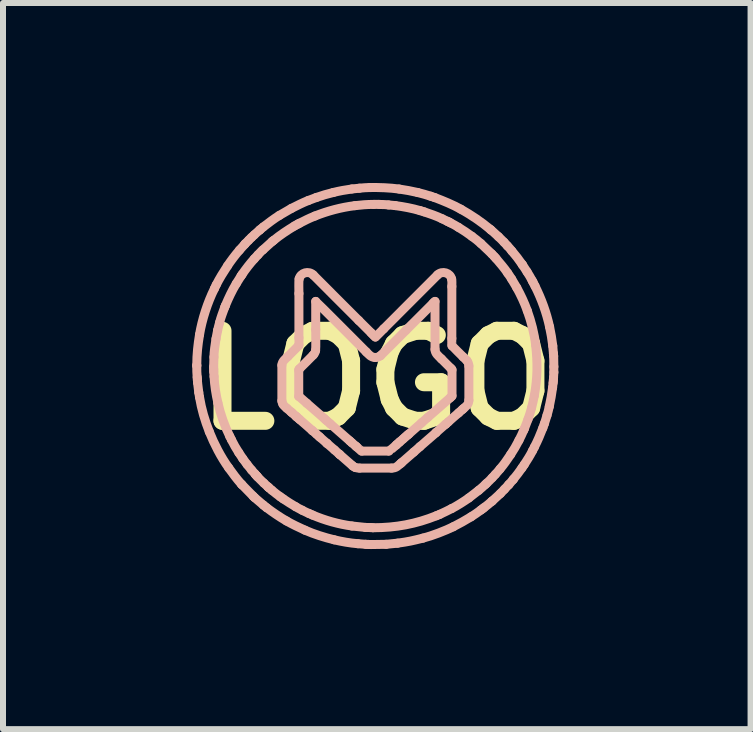
<source format=kicad_pcb>
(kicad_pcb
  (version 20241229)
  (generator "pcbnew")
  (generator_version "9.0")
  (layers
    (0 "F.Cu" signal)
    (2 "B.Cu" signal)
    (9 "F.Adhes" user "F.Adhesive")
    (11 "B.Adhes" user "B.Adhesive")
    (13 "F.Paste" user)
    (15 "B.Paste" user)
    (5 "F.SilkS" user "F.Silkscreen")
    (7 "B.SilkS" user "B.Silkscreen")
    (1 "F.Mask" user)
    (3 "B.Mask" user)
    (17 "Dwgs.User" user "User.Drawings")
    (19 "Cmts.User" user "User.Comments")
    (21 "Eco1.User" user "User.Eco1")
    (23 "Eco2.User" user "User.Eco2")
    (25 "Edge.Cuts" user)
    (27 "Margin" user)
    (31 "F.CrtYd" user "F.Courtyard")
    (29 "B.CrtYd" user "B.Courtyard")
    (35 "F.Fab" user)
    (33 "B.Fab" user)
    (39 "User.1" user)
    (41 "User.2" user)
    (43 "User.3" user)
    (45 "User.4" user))
  (footprint "LOGO"
    (layer "F.Cu")
    (at 3.229 3.284)
    (property "Reference" "LOGO" (at 0 0 0) (layer "F.SilkS") (effects (font (size 1.5 1.5) (thickness 0.3))))
    (attr board_only exclude_from_pos_files exclude_from_bom)
    (fp_line (start -3 -0.237) (end -3 -0.25) (stroke (width 0.15) (type default)) (layer "B.SilkS"))
    (fp_line (start -2.99 -0.003) (end -2.993 -0.046) (stroke (width 0.15) (type default)) (layer "B.SilkS"))
    (fp_line (start -2.967 0.205) (end -2.987 0.04) (stroke (width 0.15) (type default)) (layer "B.SilkS"))
    (fp_line (start -2.68 -0.686) (end -2.653 -0.827) (stroke (width 0.15) (type default)) (layer "B.SilkS"))
    (fp_line (start -2.342 -1.608) (end -2.262 -1.736) (stroke (width 0.15) (type default)) (layer "B.SilkS"))
    (fp_line (start -2.289 -2.165) (end -2.203 -2.261) (stroke (width 0.15) (type default)) (layer "B.SilkS"))
    (fp_line (start -2.162 1.405) (end -2.233 1.309) (stroke (width 0.15) (type default)) (layer "B.SilkS"))
    (fp_line (start -2.089 -2.377) (end -2.042 -2.421) (stroke (width 0.15) (type default)) (layer "B.SilkS"))
    (fp_line (start -2.062 1.932) (end -2.245 1.745) (stroke (width 0.15) (type default)) (layer "B.SilkS"))
    (fp_line (start -2.042 -2.021) (end -1.981 -2.087) (stroke (width 0.15) (type default)) (layer "B.SilkS"))
    (fp_line (start -2.027 1.566) (end -2.087 1.498) (stroke (width 0.15) (type default)) (layer "B.SilkS"))
    (fp_line (start -1.997 1.599) (end -2.018 1.578) (stroke (width 0.15) (type default)) (layer "B.SilkS"))
    (fp_line (start -1.897 -2.171) (end -1.743 -2.31) (stroke (width 0.15) (type default)) (layer "B.SilkS"))
    (fp_line (start -1.889 2.083) (end -2.038 1.956) (stroke (width 0.15) (type default)) (layer "B.SilkS"))
    (fp_line (start -1.817 1.776) (end -1.883 1.715) (stroke (width 0.15) (type default)) (layer "B.SilkS"))
    (fp_line (start -1.75 1.834) (end -1.796 1.795) (stroke (width 0.15) (type default)) (layer "B.SilkS"))
    (fp_line (start -1.626 -2.743) (end -1.423 -2.861) (stroke (width 0.15) (type default)) (layer "B.SilkS"))
    (fp_line (start -1.582 -0.248) (end -1.582 0.345) (stroke (width 0.15) (type default)) (layer "B.SilkS"))
    (fp_line (start -1.559 1.979) (end -1.609 1.944) (stroke (width 0.15) (type default)) (layer "B.SilkS"))
    (fp_line (start -1.501 0.468) (end -1.43 0.529) (stroke (width 0.15) (type default)) (layer "B.SilkS"))
    (fp_line (start -1.371 -2.569) (end -1.317 -2.599) (stroke (width 0.15) (type default)) (layer "B.SilkS"))
    (fp_line (start -1.329 0.618) (end -1.288 0.654) (stroke (width 0.15) (type default)) (layer "B.SilkS"))
    (fp_line (start -1.311 -0.565) (end -1.481 -0.395) (stroke (width 0.15) (type default)) (layer "B.SilkS"))
    (fp_line (start -1.301 0.271) (end -1.301 -0.164) (stroke (width 0.15) (type default)) (layer "B.SilkS"))
    (fp_line (start -1.298 -1.443) (end -1.298 -0.706) (stroke (width 0.15) (type default)) (layer "B.SilkS"))
    (fp_line (start -1.142 -2.993) (end -1.008 -3.043) (stroke (width 0.15) (type default)) (layer "B.SilkS"))
    (fp_line (start -1.006 0.9) (end -0.965 0.936) (stroke (width 0.15) (type default)) (layer "B.SilkS"))
    (fp_line (start -0.946 0.953) (end -0.836 1.049) (stroke (width 0.15) (type default)) (layer "B.SilkS"))
    (fp_line (start -0.873 0.642) (end -1.168 0.385) (stroke (width 0.15) (type default)) (layer "B.SilkS"))
    (fp_line (start -0.705 1.163) (end -0.625 1.234) (stroke (width 0.15) (type default)) (layer "B.SilkS"))
    (fp_line (start -0.615 1.243) (end -0.402 1.429) (stroke (width 0.15) (type default)) (layer "B.SilkS"))
    (fp_line (start -0.45 1.013) (end -0.776 0.728) (stroke (width 0.15) (type default)) (layer "B.SilkS"))
    (fp_line (start -0.351 1.099) (end -0.417 1.043) (stroke (width 0.15) (type default)) (layer "B.SilkS"))
    (fp_line (start -0.288 1.466) (end 0.245 1.466) (stroke (width 0.15) (type default)) (layer "B.SilkS"))
    (fp_line (start -0.187 2.455) (end -0.415 2.431) (stroke (width 0.15) (type default)) (layer "B.SilkS"))
    (fp_line (start -0.185 2.736) (end -0.315 2.726) (stroke (width 0.15) (type default)) (layer "B.SilkS"))
    (fp_line (start -0.093 -0.786) (end -0.301 -0.993) (stroke (width 0.15) (type default)) (layer "B.SilkS"))
    (fp_line (start -0.092 2.74) (end -0.101 2.74) (stroke (width 0.15) (type default)) (layer "B.SilkS"))
    (fp_line (start -0.05 -2.928) (end 0.038 -2.928) (stroke (width 0.15) (type default)) (layer "B.SilkS"))
    (fp_line (start 0.156 2.736) (end -0.092 2.74) (stroke (width 0.15) (type default)) (layer "B.SilkS"))
    (fp_line (start 0.204 1.183) (end -0.252 1.183) (stroke (width 0.15) (type default)) (layer "B.SilkS"))
    (fp_line (start 0.347 2.717) (end 0.156 2.736) (stroke (width 0.15) (type default)) (layer "B.SilkS"))
    (fp_line (start 0.416 1.373) (end 0.617 1.198) (stroke (width 0.15) (type default)) (layer "B.SilkS"))
    (fp_line (start 0.436 0.983) (end 0.387 1.025) (stroke (width 0.15) (type default)) (layer "B.SilkS"))
    (fp_line (start 0.485 -0.83) (end 0.937 -1.281) (stroke (width 0.15) (type default)) (layer "B.SilkS"))
    (fp_line (start 0.501 0.925) (end 0.468 0.954) (stroke (width 0.15) (type default)) (layer "B.SilkS"))
    (fp_line (start 0.718 1.109) (end 0.981 0.88) (stroke (width 0.15) (type default)) (layer "B.SilkS"))
    (fp_line (start 0.747 0.711) (end 0.535 0.897) (stroke (width 0.15) (type default)) (layer "B.SilkS"))
    (fp_line (start 0.97 -1.311) (end 0.97 -0.512) (stroke (width 0.15) (type default)) (layer "B.SilkS"))
    (fp_line (start 0.991 0.87) (end 1.142 0.738) (stroke (width 0.15) (type default)) (layer "B.SilkS"))
    (fp_line (start 1.012 -1.753) (end 0.115 -0.855) (stroke (width 0.15) (type default)) (layer "B.SilkS"))
    (fp_line (start 1.051 2.236) (end 0.993 2.26) (stroke (width 0.15) (type default)) (layer "B.SilkS"))
    (fp_line (start 1.077 -0.353) (end 1.232 -0.198) (stroke (width 0.15) (type default)) (layer "B.SilkS"))
    (fp_line (start 1.09 -2.688) (end 1.172 -2.648) (stroke (width 0.15) (type default)) (layer "B.SilkS"))
    (fp_line (start 1.153 0.73) (end 1.192 0.695) (stroke (width 0.15) (type default)) (layer "B.SilkS"))
    (fp_line (start 1.223 0.294) (end 0.847 0.623) (stroke (width 0.15) (type default)) (layer "B.SilkS"))
    (fp_line (start 1.25 -0.694) (end 1.25 -1.56) (stroke (width 0.15) (type default)) (layer "B.SilkS"))
    (fp_line (start 1.253 -0.173) (end 1.253 0.264) (stroke (width 0.15) (type default)) (layer "B.SilkS"))
    (fp_line (start 1.364 0.545) (end 1.424 0.492) (stroke (width 0.15) (type default)) (layer "B.SilkS"))
    (fp_line (start 1.534 0.336) (end 1.534 -0.236) (stroke (width 0.15) (type default)) (layer "B.SilkS"))
    (fp_line (start 1.696 1.838) (end 1.533 1.964) (stroke (width 0.15) (type default)) (layer "B.SilkS"))
    (fp_line (start 1.735 -2.275) (end 1.917 -2.102) (stroke (width 0.15) (type default)) (layer "B.SilkS"))
    (fp_line (start 1.958 -2.059) (end 1.986 -2.028) (stroke (width 0.15) (type default)) (layer "B.SilkS"))
    (fp_line (start 1.975 1.571) (end 1.924 1.626) (stroke (width 0.15) (type default)) (layer "B.SilkS"))
    (fp_line (start 2.12 -2.298) (end 2.175 -2.238) (stroke (width 0.15) (type default)) (layer "B.SilkS"))
    (fp_line (start 2.127 1.819) (end 2.059 1.89) (stroke (width 0.15) (type default)) (layer "B.SilkS"))
    (fp_line (start 2.247 -1.684) (end 2.332 -1.54) (stroke (width 0.15) (type default)) (layer "B.SilkS"))
    (fp_line (start 2.269 1.661) (end 2.204 1.736) (stroke (width 0.15) (type default)) (layer "B.SilkS"))
    (fp_line (start 2.43 -1.917) (end 2.503 -1.805) (stroke (width 0.15) (type default)) (layer "B.SilkS"))
    (fp_line (start 2.456 1.409) (end 2.419 1.463) (stroke (width 0.15) (type default)) (layer "B.SilkS"))
    (fp_line (start 2.519 0.654) (end 2.461 0.805) (stroke (width 0.15) (type default)) (layer "B.SilkS"))
    (fp_line (start 2.626 1.116) (end 2.594 1.178) (stroke (width 0.15) (type default)) (layer "B.SilkS"))
    (fp_line (start 2.945 -0.044) (end 2.942 0.001) (stroke (width 0.15) (type default)) (layer "B.SilkS"))
    (fp_line (start 2.947 -0.401) (end 2.95 -0.223) (stroke (width 0.15) (type default)) (layer "B.SilkS"))
    (fp_curve (pts (xy -3 -0.25) (xy -3 -0.431) (xy -2.982 -0.587) (xy -2.954 -0.758)) (stroke (width 0.15) (type default)) (layer "B.SilkS"))
    (fp_curve (pts (xy -2.993 -0.046) (xy -3 -0.103) (xy -3 -0.174) (xy -3 -0.237)) (stroke (width 0.15) (type default)) (layer "B.SilkS"))
    (fp_curve (pts (xy -2.987 0.04) (xy -2.989 0.025) (xy -2.99 0.012) (xy -2.99 -0.003)) (stroke (width 0.15) (type default)) (layer "B.SilkS"))
    (fp_curve (pts (xy -2.954 0.285) (xy -2.959 0.258) (xy -2.963 0.233) (xy -2.967 0.205)) (stroke (width 0.15) (type default)) (layer "B.SilkS"))
    (fp_curve (pts (xy -2.954 -0.758) (xy -2.912 -1.01) (xy -2.821 -1.293) (xy -2.706 -1.524)) (stroke (width 0.15) (type default)) (layer "B.SilkS"))
    (fp_curve (pts (xy -2.791 0.861) (xy -2.865 0.676) (xy -2.922 0.482) (xy -2.954 0.285)) (stroke (width 0.15) (type default)) (layer "B.SilkS"))
    (fp_curve (pts (xy -2.719 -0.221) (xy -2.719 -0.276) (xy -2.714 -0.331) (xy -2.714 -0.384)) (stroke (width 0.15) (type default)) (layer "B.SilkS"))
    (fp_curve (pts (xy -2.717 -0.14) (xy -2.717 -0.153) (xy -2.717 -0.167) (xy -2.717 -0.18)) (stroke (width 0.15) (type default)) (layer "B.SilkS"))
    (fp_curve (pts (xy -2.717 -0.18) (xy -2.717 -0.198) (xy -2.719 -0.204) (xy -2.719 -0.221)) (stroke (width 0.15) (type default)) (layer "B.SilkS"))
    (fp_curve (pts (xy -2.714 -0.384) (xy -2.715 -0.454) (xy -2.692 -0.616) (xy -2.68 -0.686)) (stroke (width 0.15) (type default)) (layer "B.SilkS"))
    (fp_curve (pts (xy -2.712 -0.06) (xy -2.713 -0.084) (xy -2.717 -0.114) (xy -2.717 -0.14)) (stroke (width 0.15) (type default)) (layer "B.SilkS"))
    (fp_curve (pts (xy -2.706 -1.524) (xy -2.696 -1.545) (xy -2.688 -1.564) (xy -2.677 -1.585)) (stroke (width 0.15) (type default)) (layer "B.SilkS"))
    (fp_curve (pts (xy -2.677 -1.585) (xy -2.621 -1.695) (xy -2.556 -1.8) (xy -2.488 -1.903)) (stroke (width 0.15) (type default)) (layer "B.SilkS"))
    (fp_curve (pts (xy -2.653 -0.827) (xy -2.644 -0.873) (xy -2.631 -0.916) (xy -2.619 -0.961)) (stroke (width 0.15) (type default)) (layer "B.SilkS"))
    (fp_curve (pts (xy -2.648 0.38) (xy -2.681 0.235) (xy -2.704 0.091) (xy -2.712 -0.06)) (stroke (width 0.15) (type default)) (layer "B.SilkS"))
    (fp_curve (pts (xy -2.619 -0.961) (xy -2.598 -1.048) (xy -2.565 -1.129) (xy -2.535 -1.213)) (stroke (width 0.15) (type default)) (layer "B.SilkS"))
    (fp_curve (pts (xy -2.535 -1.213) (xy -2.531 -1.225) (xy -2.528 -1.232) (xy -2.523 -1.242)) (stroke (width 0.15) (type default)) (layer "B.SilkS"))
    (fp_curve (pts (xy -2.523 -1.242) (xy -2.47 -1.368) (xy -2.413 -1.491) (xy -2.342 -1.608)) (stroke (width 0.15) (type default)) (layer "B.SilkS"))
    (fp_curve (pts (xy -2.488 -1.903) (xy -2.434 -1.985) (xy -2.355 -2.09) (xy -2.289 -2.165)) (stroke (width 0.15) (type default)) (layer "B.SilkS"))
    (fp_curve (pts (xy -2.468 1.462) (xy -2.596 1.286) (xy -2.711 1.062) (xy -2.791 0.861)) (stroke (width 0.15) (type default)) (layer "B.SilkS"))
    (fp_curve (pts (xy -2.45 0.938) (xy -2.535 0.768) (xy -2.606 0.564) (xy -2.648 0.38)) (stroke (width 0.15) (type default)) (layer "B.SilkS"))
    (fp_curve (pts (xy -2.422 0.994) (xy -2.432 0.975) (xy -2.441 0.957) (xy -2.45 0.938)) (stroke (width 0.15) (type default)) (layer "B.SilkS"))
    (fp_curve (pts (xy -2.3 1.208) (xy -2.345 1.139) (xy -2.386 1.068) (xy -2.422 0.994)) (stroke (width 0.15) (type default)) (layer "B.SilkS"))
    (fp_curve (pts (xy -2.262 -1.736) (xy -2.256 -1.745) (xy -2.25 -1.753) (xy -2.244 -1.762)) (stroke (width 0.15) (type default)) (layer "B.SilkS"))
    (fp_curve (pts (xy -2.257 1.733) (xy -2.344 1.634) (xy -2.394 1.564) (xy -2.468 1.462)) (stroke (width 0.15) (type default)) (layer "B.SilkS"))
    (fp_curve (pts (xy -2.245 1.745) (xy -2.249 1.74) (xy -2.252 1.738) (xy -2.257 1.733)) (stroke (width 0.15) (type default)) (layer "B.SilkS"))
    (fp_curve (pts (xy -2.244 -1.762) (xy -2.195 -1.837) (xy -2.101 -1.957) (xy -2.042 -2.021)) (stroke (width 0.15) (type default)) (layer "B.SilkS"))
    (fp_curve (pts (xy -2.233 1.309) (xy -2.257 1.275) (xy -2.277 1.243) (xy -2.3 1.208)) (stroke (width 0.15) (type default)) (layer "B.SilkS"))
    (fp_curve (pts (xy -2.203 -2.261) (xy -2.197 -2.266) (xy -2.197 -2.268) (xy -2.192 -2.274)) (stroke (width 0.15) (type default)) (layer "B.SilkS"))
    (fp_curve (pts (xy -2.192 -2.274) (xy -2.175 -2.293) (xy -2.151 -2.311) (xy -2.136 -2.33)) (stroke (width 0.15) (type default)) (layer "B.SilkS"))
    (fp_curve (pts (xy -2.136 -2.33) (xy -2.122 -2.348) (xy -2.104 -2.361) (xy -2.089 -2.377)) (stroke (width 0.15) (type default)) (layer "B.SilkS"))
    (fp_curve (pts (xy -2.087 1.498) (xy -2.111 1.467) (xy -2.138 1.437) (xy -2.162 1.405)) (stroke (width 0.15) (type default)) (layer "B.SilkS"))
    (fp_curve (pts (xy -2.042 -2.421) (xy -2.015 -2.449) (xy -1.983 -2.472) (xy -1.955 -2.498)) (stroke (width 0.15) (type default)) (layer "B.SilkS"))
    (fp_curve (pts (xy -2.038 1.956) (xy -2.047 1.948) (xy -2.054 1.94) (xy -2.062 1.932)) (stroke (width 0.15) (type default)) (layer "B.SilkS"))
    (fp_curve (pts (xy -2.018 1.578) (xy -2.023 1.573) (xy -2.023 1.571) (xy -2.027 1.566)) (stroke (width 0.15) (type default)) (layer "B.SilkS"))
    (fp_curve (pts (xy -1.988 1.611) (xy -1.992 1.605) (xy -1.993 1.604) (xy -1.997 1.599)) (stroke (width 0.15) (type default)) (layer "B.SilkS"))
    (fp_curve (pts (xy -1.981 -2.087) (xy -1.953 -2.114) (xy -1.928 -2.148) (xy -1.897 -2.171)) (stroke (width 0.15) (type default)) (layer "B.SilkS"))
    (fp_curve (pts (xy -1.955 -2.498) (xy -1.95 -2.503) (xy -1.949 -2.504) (xy -1.944 -2.508)) (stroke (width 0.15) (type default)) (layer "B.SilkS"))
    (fp_curve (pts (xy -1.944 -2.508) (xy -1.926 -2.522) (xy -1.911 -2.536) (xy -1.893 -2.551)) (stroke (width 0.15) (type default)) (layer "B.SilkS"))
    (fp_curve (pts (xy -1.893 -2.551) (xy -1.813 -2.613) (xy -1.712 -2.69) (xy -1.626 -2.743)) (stroke (width 0.15) (type default)) (layer "B.SilkS"))
    (fp_curve (pts (xy -1.883 1.715) (xy -1.915 1.684) (xy -1.959 1.643) (xy -1.988 1.611)) (stroke (width 0.15) (type default)) (layer "B.SilkS"))
    (fp_curve (pts (xy -1.837 2.125) (xy -1.856 2.111) (xy -1.872 2.098) (xy -1.889 2.083)) (stroke (width 0.15) (type default)) (layer "B.SilkS"))
    (fp_curve (pts (xy -1.806 1.786) (xy -1.811 1.781) (xy -1.812 1.781) (xy -1.817 1.776)) (stroke (width 0.15) (type default)) (layer "B.SilkS"))
    (fp_curve (pts (xy -1.796 1.795) (xy -1.8 1.792) (xy -1.801 1.789) (xy -1.806 1.786)) (stroke (width 0.15) (type default)) (layer "B.SilkS"))
    (fp_curve (pts (xy -1.743 -2.31) (xy -1.735 -2.317) (xy -1.727 -2.322) (xy -1.719 -2.329)) (stroke (width 0.15) (type default)) (layer "B.SilkS"))
    (fp_curve (pts (xy -1.719 -2.329) (xy -1.609 -2.419) (xy -1.492 -2.496) (xy -1.371 -2.569)) (stroke (width 0.15) (type default)) (layer "B.SilkS"))
    (fp_curve (pts (xy -1.609 1.944) (xy -1.657 1.908) (xy -1.705 1.874) (xy -1.75 1.834)) (stroke (width 0.15) (type default)) (layer "B.SilkS"))
    (fp_curve (pts (xy -1.582 0.345) (xy -1.582 0.364) (xy -1.571 0.389) (xy -1.564 0.402)) (stroke (width 0.15) (type default)) (layer "B.SilkS"))
    (fp_curve (pts (xy -1.564 0.402) (xy -1.549 0.429) (xy -1.523 0.448) (xy -1.501 0.468)) (stroke (width 0.15) (type default)) (layer "B.SilkS"))
    (fp_curve (pts (xy -1.505 2.347) (xy -1.622 2.279) (xy -1.73 2.205) (xy -1.837 2.125)) (stroke (width 0.15) (type default)) (layer "B.SilkS"))
    (fp_curve (pts (xy -1.481 -0.395) (xy -1.52 -0.356) (xy -1.582 -0.311) (xy -1.582 -0.248)) (stroke (width 0.15) (type default)) (layer "B.SilkS"))
    (fp_curve (pts (xy -1.43 0.529) (xy -1.422 0.537) (xy -1.417 0.54) (xy -1.409 0.547)) (stroke (width 0.15) (type default)) (layer "B.SilkS"))
    (fp_curve (pts (xy -1.423 -2.861) (xy -1.325 -2.91) (xy -1.245 -2.952) (xy -1.142 -2.993)) (stroke (width 0.15) (type default)) (layer "B.SilkS"))
    (fp_curve (pts (xy -1.409 0.547) (xy -1.39 0.566) (xy -1.369 0.581) (xy -1.349 0.6)) (stroke (width 0.15) (type default)) (layer "B.SilkS"))
    (fp_curve (pts (xy -1.353 2.109) (xy -1.424 2.068) (xy -1.492 2.024) (xy -1.559 1.979)) (stroke (width 0.15) (type default)) (layer "B.SilkS"))
    (fp_curve (pts (xy -1.349 0.6) (xy -1.344 0.605) (xy -1.344 0.605) (xy -1.339 0.609)) (stroke (width 0.15) (type default)) (layer "B.SilkS"))
    (fp_curve (pts (xy -1.339 0.609) (xy -1.335 0.612) (xy -1.333 0.614) (xy -1.329 0.618)) (stroke (width 0.15) (type default)) (layer "B.SilkS"))
    (fp_curve (pts (xy -1.317 -2.599) (xy -1.307 -2.604) (xy -1.301 -2.608) (xy -1.29 -2.613)) (stroke (width 0.15) (type default)) (layer "B.SilkS"))
    (fp_curve (pts (xy -1.301 -0.164) (xy -1.301 -0.179) (xy -1.3 -0.178) (xy -1.292 -0.186)) (stroke (width 0.15) (type default)) (layer "B.SilkS"))
    (fp_curve (pts (xy -1.298 -0.706) (xy -1.298 -0.671) (xy -1.295 -0.615) (xy -1.298 -0.584)) (stroke (width 0.15) (type default)) (layer "B.SilkS"))
    (fp_curve (pts (xy -1.298 -0.584) (xy -1.299 -0.573) (xy -1.304 -0.571) (xy -1.311 -0.565)) (stroke (width 0.15) (type default)) (layer "B.SilkS"))
    (fp_curve (pts (xy -1.295 -1.686) (xy -1.303 -1.65) (xy -1.298 -1.492) (xy -1.298 -1.443)) (stroke (width 0.15) (type default)) (layer "B.SilkS"))
    (fp_curve (pts (xy -1.292 -0.186) (xy -1.217 -0.257) (xy -1.134 -0.344) (xy -1.059 -0.419)) (stroke (width 0.15) (type default)) (layer "B.SilkS"))
    (fp_curve (pts (xy -1.29 -2.613) (xy -1.193 -2.662) (xy -1.14 -2.691) (xy -1.032 -2.734)) (stroke (width 0.15) (type default)) (layer "B.SilkS"))
    (fp_curve (pts (xy -1.288 0.654) (xy -1.217 0.713) (xy -1.145 0.781) (xy -1.077 0.839)) (stroke (width 0.15) (type default)) (layer "B.SilkS"))
    (fp_curve (pts (xy -1.244 2.168) (xy -1.282 2.149) (xy -1.318 2.13) (xy -1.353 2.109)) (stroke (width 0.15) (type default)) (layer "B.SilkS"))
    (fp_curve (pts (xy -1.198 2.5) (xy -1.302 2.453) (xy -1.407 2.403) (xy -1.505 2.347)) (stroke (width 0.15) (type default)) (layer "B.SilkS"))
    (fp_curve (pts (xy -1.168 0.385) (xy -1.183 0.373) (xy -1.292 0.273) (xy -1.301 0.271)) (stroke (width 0.15) (type default)) (layer "B.SilkS"))
    (fp_curve (pts (xy -1.131 2.222) (xy -1.17 2.206) (xy -1.206 2.187) (xy -1.244 2.168)) (stroke (width 0.15) (type default)) (layer "B.SilkS"))
    (fp_curve (pts (xy -1.077 0.839) (xy -1.072 0.843) (xy -1.071 0.843) (xy -1.066 0.847)) (stroke (width 0.15) (type default)) (layer "B.SilkS"))
    (fp_curve (pts (xy -1.072 2.248) (xy -1.093 2.239) (xy -1.111 2.23) (xy -1.131 2.222)) (stroke (width 0.15) (type default)) (layer "B.SilkS"))
    (fp_curve (pts (xy -1.066 0.847) (xy -1.047 0.865) (xy -1.025 0.882) (xy -1.006 0.9)) (stroke (width 0.15) (type default)) (layer "B.SilkS"))
    (fp_curve (pts (xy -1.059 -1.752) (xy -1.134 -1.828) (xy -1.27 -1.792) (xy -1.295 -1.686)) (stroke (width 0.15) (type default)) (layer "B.SilkS"))
    (fp_curve (pts (xy -1.059 -0.419) (xy -1.04 -0.437) (xy -1.025 -0.463) (xy -1.02 -0.495)) (stroke (width 0.15) (type default)) (layer "B.SilkS"))
    (fp_curve (pts (xy -1.032 -2.734) (xy -0.818 -2.819) (xy -0.594 -2.879) (xy -0.365 -2.907)) (stroke (width 0.15) (type default)) (layer "B.SilkS"))
    (fp_curve (pts (xy -1.02 -0.495) (xy -1.014 -0.527) (xy -1.018 -0.796) (xy -1.018 -0.843)) (stroke (width 0.15) (type default)) (layer "B.SilkS"))
    (fp_curve (pts (xy -1.018 -1.311) (xy -1.003 -1.301) (xy -0.244 -0.538) (xy -0.176 -0.47)) (stroke (width 0.15) (type default)) (layer "B.SilkS"))
    (fp_curve (pts (xy -1.018 -0.843) (xy -1.018 -1.311) (xy -1.018 -1.311) (xy -1.018 -1.311)) (stroke (width 0.15) (type default)) (layer "B.SilkS"))
    (fp_curve (pts (xy -1.008 -3.043) (xy -0.917 -3.076) (xy -0.823 -3.103) (xy -0.724 -3.127)) (stroke (width 0.15) (type default)) (layer "B.SilkS"))
    (fp_curve (pts (xy -0.965 0.936) (xy -0.959 0.943) (xy -0.954 0.946) (xy -0.946 0.953)) (stroke (width 0.15) (type default)) (layer "B.SilkS"))
    (fp_curve (pts (xy -0.842 0.671) (xy -0.852 0.662) (xy -0.863 0.651) (xy -0.873 0.642)) (stroke (width 0.15) (type default)) (layer "B.SilkS"))
    (fp_curve (pts (xy -0.836 1.049) (xy -0.832 1.053) (xy -0.83 1.055) (xy -0.826 1.058)) (stroke (width 0.15) (type default)) (layer "B.SilkS"))
    (fp_curve (pts (xy -0.826 1.058) (xy -0.784 1.092) (xy -0.747 1.129) (xy -0.705 1.163)) (stroke (width 0.15) (type default)) (layer "B.SilkS"))
    (fp_curve (pts (xy -0.776 0.728) (xy -0.799 0.708) (xy -0.819 0.69) (xy -0.842 0.671)) (stroke (width 0.15) (type default)) (layer "B.SilkS"))
    (fp_curve (pts (xy -0.724 -3.127) (xy -0.625 -3.152) (xy -0.522 -3.17) (xy -0.415 -3.185)) (stroke (width 0.15) (type default)) (layer "B.SilkS"))
    (fp_curve (pts (xy -0.71 2.661) (xy -0.867 2.623) (xy -1.048 2.567) (xy -1.198 2.5)) (stroke (width 0.15) (type default)) (layer "B.SilkS"))
    (fp_curve (pts (xy -0.625 1.234) (xy -0.621 1.238) (xy -0.619 1.24) (xy -0.615 1.243)) (stroke (width 0.15) (type default)) (layer "B.SilkS"))
    (fp_curve (pts (xy -0.417 1.043) (xy -0.428 1.034) (xy -0.438 1.022) (xy -0.45 1.013)) (stroke (width 0.15) (type default)) (layer "B.SilkS"))
    (fp_curve (pts (xy -0.415 2.431) (xy -0.64 2.4) (xy -0.864 2.337) (xy -1.072 2.248)) (stroke (width 0.15) (type default)) (layer "B.SilkS"))
    (fp_curve (pts (xy -0.415 -3.185) (xy -0.372 -3.191) (xy -0.33 -3.192) (xy -0.289 -3.198)) (stroke (width 0.15) (type default)) (layer "B.SilkS"))
    (fp_curve (pts (xy -0.402 1.429) (xy -0.387 1.441) (xy -0.375 1.45) (xy -0.356 1.457)) (stroke (width 0.15) (type default)) (layer "B.SilkS"))
    (fp_curve (pts (xy -0.365 -2.907) (xy -0.268 -2.919) (xy -0.16 -2.928) (xy -0.05 -2.928)) (stroke (width 0.15) (type default)) (layer "B.SilkS"))
    (fp_curve (pts (xy -0.356 1.457) (xy -0.338 1.463) (xy -0.312 1.466) (xy -0.288 1.466)) (stroke (width 0.15) (type default)) (layer "B.SilkS"))
    (fp_curve (pts (xy -0.334 1.114) (xy -0.342 1.108) (xy -0.344 1.106) (xy -0.351 1.099)) (stroke (width 0.15) (type default)) (layer "B.SilkS"))
    (fp_curve (pts (xy -0.315 2.726) (xy -0.444 2.716) (xy -0.591 2.69) (xy -0.71 2.661)) (stroke (width 0.15) (type default)) (layer "B.SilkS"))
    (fp_curve (pts (xy -0.301 -0.993) (xy -0.553 -1.246) (xy -0.808 -1.498) (xy -1.059 -1.752)) (stroke (width 0.15) (type default)) (layer "B.SilkS"))
    (fp_curve (pts (xy -0.289 -3.198) (xy -0.256 -3.203) (xy -0.152 -3.209) (xy -0.118 -3.209)) (stroke (width 0.15) (type default)) (layer "B.SilkS"))
    (fp_curve (pts (xy -0.252 1.183) (xy -0.261 1.183) (xy -0.324 1.122) (xy -0.334 1.114)) (stroke (width 0.15) (type default)) (layer "B.SilkS"))
    (fp_curve (pts (xy -0.176 -0.47) (xy -0.139 -0.433) (xy -0.097 -0.377) (xy -0.026 -0.377)) (stroke (width 0.15) (type default)) (layer "B.SilkS"))
    (fp_curve (pts (xy -0.139 2.738) (xy -0.158 2.738) (xy -0.17 2.736) (xy -0.185 2.736)) (stroke (width 0.15) (type default)) (layer "B.SilkS"))
    (fp_curve (pts (xy -0.118 -3.209) (xy 0.046 -3.211) (xy 0.21 -3.206) (xy 0.371 -3.184)) (stroke (width 0.15) (type default)) (layer "B.SilkS"))
    (fp_curve (pts (xy -0.106 2.457) (xy -0.134 2.457) (xy -0.16 2.457) (xy -0.187 2.455)) (stroke (width 0.15) (type default)) (layer "B.SilkS"))
    (fp_curve (pts (xy -0.101 2.74) (xy -0.114 2.74) (xy -0.123 2.738) (xy -0.139 2.738)) (stroke (width 0.15) (type default)) (layer "B.SilkS"))
    (fp_curve (pts (xy -0.065 2.46) (xy -0.081 2.46) (xy -0.088 2.457) (xy -0.106 2.457)) (stroke (width 0.15) (type default)) (layer "B.SilkS"))
    (fp_curve (pts (xy -0.058 -0.751) (xy -0.07 -0.763) (xy -0.081 -0.774) (xy -0.093 -0.786)) (stroke (width 0.15) (type default)) (layer "B.SilkS"))
    (fp_curve (pts (xy -0.026 -0.377) (xy 0.011 -0.377) (xy 0.042 -0.391) (xy 0.063 -0.408)) (stroke (width 0.15) (type default)) (layer "B.SilkS"))
    (fp_curve (pts (xy -0.024 -0.718) (xy -0.034 -0.725) (xy -0.048 -0.741) (xy -0.058 -0.751)) (stroke (width 0.15) (type default)) (layer "B.SilkS"))
    (fp_curve (pts (xy 0.038 -2.928) (xy 0.055 -2.929) (xy 0.061 -2.926) (xy 0.077 -2.926)) (stroke (width 0.15) (type default)) (layer "B.SilkS"))
    (fp_curve (pts (xy 0.063 -0.408) (xy 0.084 -0.426) (xy 0.456 -0.801) (xy 0.485 -0.83)) (stroke (width 0.15) (type default)) (layer "B.SilkS"))
    (fp_curve (pts (xy 0.077 -2.926) (xy 0.115 -2.926) (xy 0.157 -2.924) (xy 0.195 -2.919)) (stroke (width 0.15) (type default)) (layer "B.SilkS"))
    (fp_curve (pts (xy 0.115 -0.855) (xy 0.097 -0.838) (xy -0.007 -0.729) (xy -0.024 -0.718)) (stroke (width 0.15) (type default)) (layer "B.SilkS"))
    (fp_curve (pts (xy 0.195 -2.919) (xy 0.233 -2.914) (xy 0.271 -2.913) (xy 0.309 -2.908)) (stroke (width 0.15) (type default)) (layer "B.SilkS"))
    (fp_curve (pts (xy 0.245 1.466) (xy 0.325 1.466) (xy 0.344 1.432) (xy 0.396 1.391)) (stroke (width 0.15) (type default)) (layer "B.SilkS"))
    (fp_curve (pts (xy 0.309 -2.908) (xy 0.449 -2.889) (xy 0.587 -2.864) (xy 0.723 -2.824)) (stroke (width 0.15) (type default)) (layer "B.SilkS"))
    (fp_curve (pts (xy 0.322 1.083) (xy 0.305 1.098) (xy 0.209 1.183) (xy 0.204 1.183)) (stroke (width 0.15) (type default)) (layer "B.SilkS"))
    (fp_curve (pts (xy 0.337 1.069) (xy 0.33 1.075) (xy 0.329 1.077) (xy 0.322 1.083)) (stroke (width 0.15) (type default)) (layer "B.SilkS"))
    (fp_curve (pts (xy 0.37 1.04) (xy 0.359 1.049) (xy 0.349 1.06) (xy 0.337 1.069)) (stroke (width 0.15) (type default)) (layer "B.SilkS"))
    (fp_curve (pts (xy 0.371 -3.184) (xy 0.477 -3.169) (xy 0.579 -3.15) (xy 0.682 -3.126)) (stroke (width 0.15) (type default)) (layer "B.SilkS"))
    (fp_curve (pts (xy 0.387 1.025) (xy 0.38 1.031) (xy 0.378 1.033) (xy 0.37 1.04)) (stroke (width 0.15) (type default)) (layer "B.SilkS"))
    (fp_curve (pts (xy 0.396 1.391) (xy 0.404 1.385) (xy 0.408 1.38) (xy 0.416 1.373)) (stroke (width 0.15) (type default)) (layer "B.SilkS"))
    (fp_curve (pts (xy 0.468 0.954) (xy 0.457 0.963) (xy 0.447 0.974) (xy 0.436 0.983)) (stroke (width 0.15) (type default)) (layer "B.SilkS"))
    (fp_curve (pts (xy 0.518 0.911) (xy 0.511 0.918) (xy 0.507 0.919) (xy 0.501 0.925)) (stroke (width 0.15) (type default)) (layer "B.SilkS"))
    (fp_curve (pts (xy 0.535 0.897) (xy 0.528 0.903) (xy 0.525 0.904) (xy 0.518 0.911)) (stroke (width 0.15) (type default)) (layer "B.SilkS"))
    (fp_curve (pts (xy 0.617 1.198) (xy 0.65 1.167) (xy 0.685 1.14) (xy 0.718 1.109)) (stroke (width 0.15) (type default)) (layer "B.SilkS"))
    (fp_curve (pts (xy 0.682 -3.126) (xy 0.756 -3.108) (xy 0.828 -3.087) (xy 0.899 -3.064)) (stroke (width 0.15) (type default)) (layer "B.SilkS"))
    (fp_curve (pts (xy 0.723 -2.824) (xy 0.745 -2.817) (xy 0.767 -2.811) (xy 0.788 -2.804)) (stroke (width 0.15) (type default)) (layer "B.SilkS"))
    (fp_curve (pts (xy 0.769 2.633) (xy 0.589 2.678) (xy 0.535 2.691) (xy 0.347 2.717)) (stroke (width 0.15) (type default)) (layer "B.SilkS"))
    (fp_curve (pts (xy 0.788 -2.804) (xy 0.886 -2.771) (xy 0.997 -2.734) (xy 1.09 -2.688)) (stroke (width 0.15) (type default)) (layer "B.SilkS"))
    (fp_curve (pts (xy 0.847 0.623) (xy 0.821 0.648) (xy 0.773 0.685) (xy 0.747 0.711)) (stroke (width 0.15) (type default)) (layer "B.SilkS"))
    (fp_curve (pts (xy 0.899 -3.064) (xy 0.923 -3.056) (xy 0.944 -3.05) (xy 0.967 -3.041)) (stroke (width 0.15) (type default)) (layer "B.SilkS"))
    (fp_curve (pts (xy 0.937 -1.281) (xy 0.945 -1.29) (xy 0.958 -1.308) (xy 0.97 -1.311)) (stroke (width 0.15) (type default)) (layer "B.SilkS"))
    (fp_curve (pts (xy 0.967 -3.041) (xy 1.115 -2.985) (xy 1.262 -2.925) (xy 1.4 -2.848)) (stroke (width 0.15) (type default)) (layer "B.SilkS"))
    (fp_curve (pts (xy 0.97 -0.512) (xy 0.97 -0.444) (xy 1.027 -0.402) (xy 1.077 -0.353)) (stroke (width 0.15) (type default)) (layer "B.SilkS"))
    (fp_curve (pts (xy 0.981 0.88) (xy 0.985 0.876) (xy 0.987 0.874) (xy 0.991 0.87)) (stroke (width 0.15) (type default)) (layer "B.SilkS"))
    (fp_curve (pts (xy 0.993 2.26) (xy 0.651 2.397) (xy 0.323 2.46) (xy -0.065 2.46)) (stroke (width 0.15) (type default)) (layer "B.SilkS"))
    (fp_curve (pts (xy 1.142 0.738) (xy 1.147 0.734) (xy 1.148 0.734) (xy 1.153 0.73)) (stroke (width 0.15) (type default)) (layer "B.SilkS"))
    (fp_curve (pts (xy 1.172 -2.648) (xy 1.182 -2.643) (xy 1.192 -2.64) (xy 1.201 -2.635)) (stroke (width 0.15) (type default)) (layer "B.SilkS"))
    (fp_curve (pts (xy 1.192 0.695) (xy 1.248 0.643) (xy 1.307 0.595) (xy 1.364 0.545)) (stroke (width 0.15) (type default)) (layer "B.SilkS"))
    (fp_curve (pts (xy 1.201 -2.635) (xy 1.211 -2.629) (xy 1.218 -2.626) (xy 1.228 -2.62)) (stroke (width 0.15) (type default)) (layer "B.SilkS"))
    (fp_curve (pts (xy 1.228 -2.62) (xy 1.274 -2.598) (xy 1.317 -2.572) (xy 1.36 -2.546)) (stroke (width 0.15) (type default)) (layer "B.SilkS"))
    (fp_curve (pts (xy 1.232 -0.198) (xy 1.237 -0.193) (xy 1.253 -0.18) (xy 1.253 -0.173)) (stroke (width 0.15) (type default)) (layer "B.SilkS"))
    (fp_curve (pts (xy 1.247 -1.682) (xy 1.226 -1.789) (xy 1.088 -1.83) (xy 1.012 -1.753)) (stroke (width 0.15) (type default)) (layer "B.SilkS"))
    (fp_curve (pts (xy 1.248 2.14) (xy 1.183 2.173) (xy 1.118 2.206) (xy 1.051 2.236)) (stroke (width 0.15) (type default)) (layer "B.SilkS"))
    (fp_curve (pts (xy 1.25 -1.56) (xy 1.25 -1.6) (xy 1.254 -1.646) (xy 1.247 -1.682)) (stroke (width 0.15) (type default)) (layer "B.SilkS"))
    (fp_curve (pts (xy 1.253 0.264) (xy 1.253 0.27) (xy 1.23 0.288) (xy 1.223 0.294)) (stroke (width 0.15) (type default)) (layer "B.SilkS"))
    (fp_curve (pts (xy 1.253 -0.572) (xy 1.246 -0.582) (xy 1.25 -0.675) (xy 1.25 -0.694)) (stroke (width 0.15) (type default)) (layer "B.SilkS"))
    (fp_curve (pts (xy 1.273 2.444) (xy 1.149 2.506) (xy 0.919 2.596) (xy 0.769 2.633)) (stroke (width 0.15) (type default)) (layer "B.SilkS"))
    (fp_curve (pts (xy 1.36 -2.546) (xy 1.437 -2.5) (xy 1.512 -2.449) (xy 1.584 -2.396)) (stroke (width 0.15) (type default)) (layer "B.SilkS"))
    (fp_curve (pts (xy 1.4 -2.848) (xy 1.574 -2.75) (xy 1.74 -2.639) (xy 1.893 -2.51)) (stroke (width 0.15) (type default)) (layer "B.SilkS"))
    (fp_curve (pts (xy 1.424 0.492) (xy 1.432 0.485) (xy 1.437 0.481) (xy 1.444 0.474)) (stroke (width 0.15) (type default)) (layer "B.SilkS"))
    (fp_curve (pts (xy 1.438 -0.387) (xy 1.431 -0.394) (xy 1.261 -0.561) (xy 1.253 -0.572)) (stroke (width 0.15) (type default)) (layer "B.SilkS"))
    (fp_curve (pts (xy 1.444 0.474) (xy 1.481 0.438) (xy 1.534 0.41) (xy 1.534 0.336)) (stroke (width 0.15) (type default)) (layer "B.SilkS"))
    (fp_curve (pts (xy 1.501 -0.325) (xy 1.482 -0.346) (xy 1.459 -0.367) (xy 1.438 -0.387)) (stroke (width 0.15) (type default)) (layer "B.SilkS"))
    (fp_curve (pts (xy 1.533 1.964) (xy 1.464 2.014) (xy 1.326 2.102) (xy 1.248 2.14)) (stroke (width 0.15) (type default)) (layer "B.SilkS"))
    (fp_curve (pts (xy 1.534 -0.236) (xy 1.534 -0.271) (xy 1.517 -0.306) (xy 1.501 -0.325)) (stroke (width 0.15) (type default)) (layer "B.SilkS"))
    (fp_curve (pts (xy 1.57 2.278) (xy 1.473 2.338) (xy 1.375 2.392) (xy 1.273 2.444)) (stroke (width 0.15) (type default)) (layer "B.SilkS"))
    (fp_curve (pts (xy 1.584 -2.396) (xy 1.625 -2.367) (xy 1.698 -2.31) (xy 1.735 -2.275)) (stroke (width 0.15) (type default)) (layer "B.SilkS"))
    (fp_curve (pts (xy 1.734 2.165) (xy 1.681 2.205) (xy 1.626 2.243) (xy 1.57 2.278)) (stroke (width 0.15) (type default)) (layer "B.SilkS"))
    (fp_curve (pts (xy 1.76 2.146) (xy 1.751 2.154) (xy 1.743 2.158) (xy 1.734 2.165)) (stroke (width 0.15) (type default)) (layer "B.SilkS"))
    (fp_curve (pts (xy 1.787 2.125) (xy 1.778 2.133) (xy 1.769 2.138) (xy 1.76 2.146)) (stroke (width 0.15) (type default)) (layer "B.SilkS"))
    (fp_curve (pts (xy 1.809 1.739) (xy 1.781 1.767) (xy 1.727 1.813) (xy 1.696 1.838)) (stroke (width 0.15) (type default)) (layer "B.SilkS"))
    (fp_curve (pts (xy 1.83 1.719) (xy 1.821 1.726) (xy 1.817 1.731) (xy 1.809 1.739)) (stroke (width 0.15) (type default)) (layer "B.SilkS"))
    (fp_curve (pts (xy 1.893 -2.51) (xy 1.898 -2.506) (xy 1.899 -2.504) (xy 1.904 -2.5)) (stroke (width 0.15) (type default)) (layer "B.SilkS"))
    (fp_curve (pts (xy 1.904 -2.5) (xy 1.948 -2.466) (xy 1.985 -2.425) (xy 2.027 -2.39)) (stroke (width 0.15) (type default)) (layer "B.SilkS"))
    (fp_curve (pts (xy 1.914 2.022) (xy 1.873 2.057) (xy 1.831 2.093) (xy 1.787 2.125)) (stroke (width 0.15) (type default)) (layer "B.SilkS"))
    (fp_curve (pts (xy 1.917 -2.102) (xy 1.932 -2.087) (xy 1.943 -2.074) (xy 1.958 -2.059)) (stroke (width 0.15) (type default)) (layer "B.SilkS"))
    (fp_curve (pts (xy 1.924 1.626) (xy 1.906 1.646) (xy 1.847 1.706) (xy 1.83 1.719)) (stroke (width 0.15) (type default)) (layer "B.SilkS"))
    (fp_curve (pts (xy 1.926 2.012) (xy 1.92 2.016) (xy 1.919 2.018) (xy 1.914 2.022)) (stroke (width 0.15) (type default)) (layer "B.SilkS"))
    (fp_curve (pts (xy 1.986 -2.028) (xy 2.053 -1.948) (xy 2.123 -1.87) (xy 2.181 -1.783)) (stroke (width 0.15) (type default)) (layer "B.SilkS"))
    (fp_curve (pts (xy 2.027 -2.39) (xy 2.053 -2.368) (xy 2.093 -2.324) (xy 2.12 -2.298)) (stroke (width 0.15) (type default)) (layer "B.SilkS"))
    (fp_curve (pts (xy 2.053 1.481) (xy 2.026 1.511) (xy 2.003 1.543) (xy 1.975 1.571)) (stroke (width 0.15) (type default)) (layer "B.SilkS"))
    (fp_curve (pts (xy 2.059 1.89) (xy 2.04 1.909) (xy 1.949 1.993) (xy 1.926 2.012)) (stroke (width 0.15) (type default)) (layer "B.SilkS"))
    (fp_curve (pts (xy 2.175 -2.238) (xy 2.202 -2.211) (xy 2.226 -2.182) (xy 2.25 -2.152)) (stroke (width 0.15) (type default)) (layer "B.SilkS"))
    (fp_curve (pts (xy 2.181 -1.783) (xy 2.203 -1.75) (xy 2.227 -1.718) (xy 2.247 -1.684)) (stroke (width 0.15) (type default)) (layer "B.SilkS"))
    (fp_curve (pts (xy 2.194 1.747) (xy 2.171 1.77) (xy 2.15 1.796) (xy 2.127 1.819)) (stroke (width 0.15) (type default)) (layer "B.SilkS"))
    (fp_curve (pts (xy 2.204 1.736) (xy 2.2 1.742) (xy 2.199 1.742) (xy 2.194 1.747)) (stroke (width 0.15) (type default)) (layer "B.SilkS"))
    (fp_curve (pts (xy 2.23 1.24) (xy 2.175 1.323) (xy 2.118 1.406) (xy 2.053 1.481)) (stroke (width 0.15) (type default)) (layer "B.SilkS"))
    (fp_curve (pts (xy 2.25 -2.152) (xy 2.311 -2.081) (xy 2.369 -2.007) (xy 2.421 -1.93)) (stroke (width 0.15) (type default)) (layer "B.SilkS"))
    (fp_curve (pts (xy 2.279 1.648) (xy 2.275 1.653) (xy 2.273 1.656) (xy 2.269 1.661)) (stroke (width 0.15) (type default)) (layer "B.SilkS"))
    (fp_curve (pts (xy 2.332 -1.54) (xy 2.4 -1.417) (xy 2.46 -1.288) (xy 2.508 -1.155)) (stroke (width 0.15) (type default)) (layer "B.SilkS"))
    (fp_curve (pts (xy 2.368 1.004) (xy 2.327 1.086) (xy 2.28 1.165) (xy 2.23 1.24)) (stroke (width 0.15) (type default)) (layer "B.SilkS"))
    (fp_curve (pts (xy 2.419 1.463) (xy 2.376 1.527) (xy 2.328 1.588) (xy 2.279 1.648)) (stroke (width 0.15) (type default)) (layer "B.SilkS"))
    (fp_curve (pts (xy 2.421 -1.93) (xy 2.424 -1.925) (xy 2.426 -1.922) (xy 2.43 -1.917)) (stroke (width 0.15) (type default)) (layer "B.SilkS"))
    (fp_curve (pts (xy 2.448 0.835) (xy 2.425 0.893) (xy 2.396 0.948) (xy 2.368 1.004)) (stroke (width 0.15) (type default)) (layer "B.SilkS"))
    (fp_curve (pts (xy 2.461 0.805) (xy 2.457 0.817) (xy 2.452 0.825) (xy 2.448 0.835)) (stroke (width 0.15) (type default)) (layer "B.SilkS"))
    (fp_curve (pts (xy 2.503 -1.805) (xy 2.532 -1.757) (xy 2.564 -1.709) (xy 2.589 -1.658)) (stroke (width 0.15) (type default)) (layer "B.SilkS"))
    (fp_curve (pts (xy 2.508 -1.155) (xy 2.572 -0.979) (xy 2.626 -0.772) (xy 2.647 -0.583)) (stroke (width 0.15) (type default)) (layer "B.SilkS"))
    (fp_curve (pts (xy 2.579 0.461) (xy 2.562 0.527) (xy 2.541 0.591) (xy 2.519 0.654)) (stroke (width 0.15) (type default)) (layer "B.SilkS"))
    (fp_curve (pts (xy 2.589 -1.658) (xy 2.595 -1.646) (xy 2.599 -1.64) (xy 2.605 -1.628)) (stroke (width 0.15) (type default)) (layer "B.SilkS"))
    (fp_curve (pts (xy 2.594 1.178) (xy 2.56 1.248) (xy 2.499 1.344) (xy 2.456 1.409)) (stroke (width 0.15) (type default)) (layer "B.SilkS"))
    (fp_curve (pts (xy 2.605 -1.628) (xy 2.615 -1.607) (xy 2.625 -1.59) (xy 2.636 -1.568)) (stroke (width 0.15) (type default)) (layer "B.SilkS"))
    (fp_curve (pts (xy 2.625 0.258) (xy 2.612 0.329) (xy 2.596 0.393) (xy 2.579 0.461)) (stroke (width 0.15) (type default)) (layer "B.SilkS"))
    (fp_curve (pts (xy 2.636 -1.568) (xy 2.744 -1.352) (xy 2.827 -1.125) (xy 2.879 -0.887)) (stroke (width 0.15) (type default)) (layer "B.SilkS"))
    (fp_curve (pts (xy 2.647 -0.583) (xy 2.68 -0.287) (xy 2.678 -0.037) (xy 2.625 0.258)) (stroke (width 0.15) (type default)) (layer "B.SilkS"))
    (fp_curve (pts (xy 2.767 0.796) (xy 2.717 0.924) (xy 2.687 0.996) (xy 2.626 1.116)) (stroke (width 0.15) (type default)) (layer "B.SilkS"))
    (fp_curve (pts (xy 2.792 0.727) (xy 2.783 0.751) (xy 2.776 0.774) (xy 2.767 0.796)) (stroke (width 0.15) (type default)) (layer "B.SilkS"))
    (fp_curve (pts (xy 2.836 0.587) (xy 2.821 0.633) (xy 2.808 0.682) (xy 2.792 0.727)) (stroke (width 0.15) (type default)) (layer "B.SilkS"))
    (fp_curve (pts (xy 2.874 0.44) (xy 2.863 0.49) (xy 2.852 0.537) (xy 2.836 0.587)) (stroke (width 0.15) (type default)) (layer "B.SilkS"))
    (fp_curve (pts (xy 2.879 -0.887) (xy 2.902 -0.783) (xy 2.919 -0.678) (xy 2.932 -0.571)) (stroke (width 0.15) (type default)) (layer "B.SilkS"))
    (fp_curve (pts (xy 2.929 0.125) (xy 2.914 0.238) (xy 2.898 0.33) (xy 2.874 0.44)) (stroke (width 0.15) (type default)) (layer "B.SilkS"))
    (fp_curve (pts (xy 2.932 -0.571) (xy 2.937 -0.529) (xy 2.938 -0.481) (xy 2.943 -0.443)) (stroke (width 0.15) (type default)) (layer "B.SilkS"))
    (fp_curve (pts (xy 2.938 0.043) (xy 2.936 0.071) (xy 2.933 0.098) (xy 2.929 0.125)) (stroke (width 0.15) (type default)) (layer "B.SilkS"))
    (fp_curve (pts (xy 2.942 0.001) (xy 2.94 0.011) (xy 2.938 0.032) (xy 2.938 0.043)) (stroke (width 0.15) (type default)) (layer "B.SilkS"))
    (fp_curve (pts (xy 2.943 -0.443) (xy 2.945 -0.43) (xy 2.945 -0.412) (xy 2.947 -0.401)) (stroke (width 0.15) (type default)) (layer "B.SilkS"))
    (fp_curve (pts (xy 2.95 -0.13) (xy 2.949 -0.104) (xy 2.945 -0.071) (xy 2.945 -0.044)) (stroke (width 0.15) (type default)) (layer "B.SilkS"))
    (fp_curve (pts (xy 2.95 -0.223) (xy 2.947 -0.196) (xy 2.951 -0.158) (xy 2.95 -0.13)) (stroke (width 0.15) (type default)) (layer "B.SilkS")))
  (gr_rect
    (start -3 -3)
    (end 9.457 9.1)
    (stroke (width 0.1) (type default))
    (fill no)
    (layer "Edge.Cuts")))
</source>
